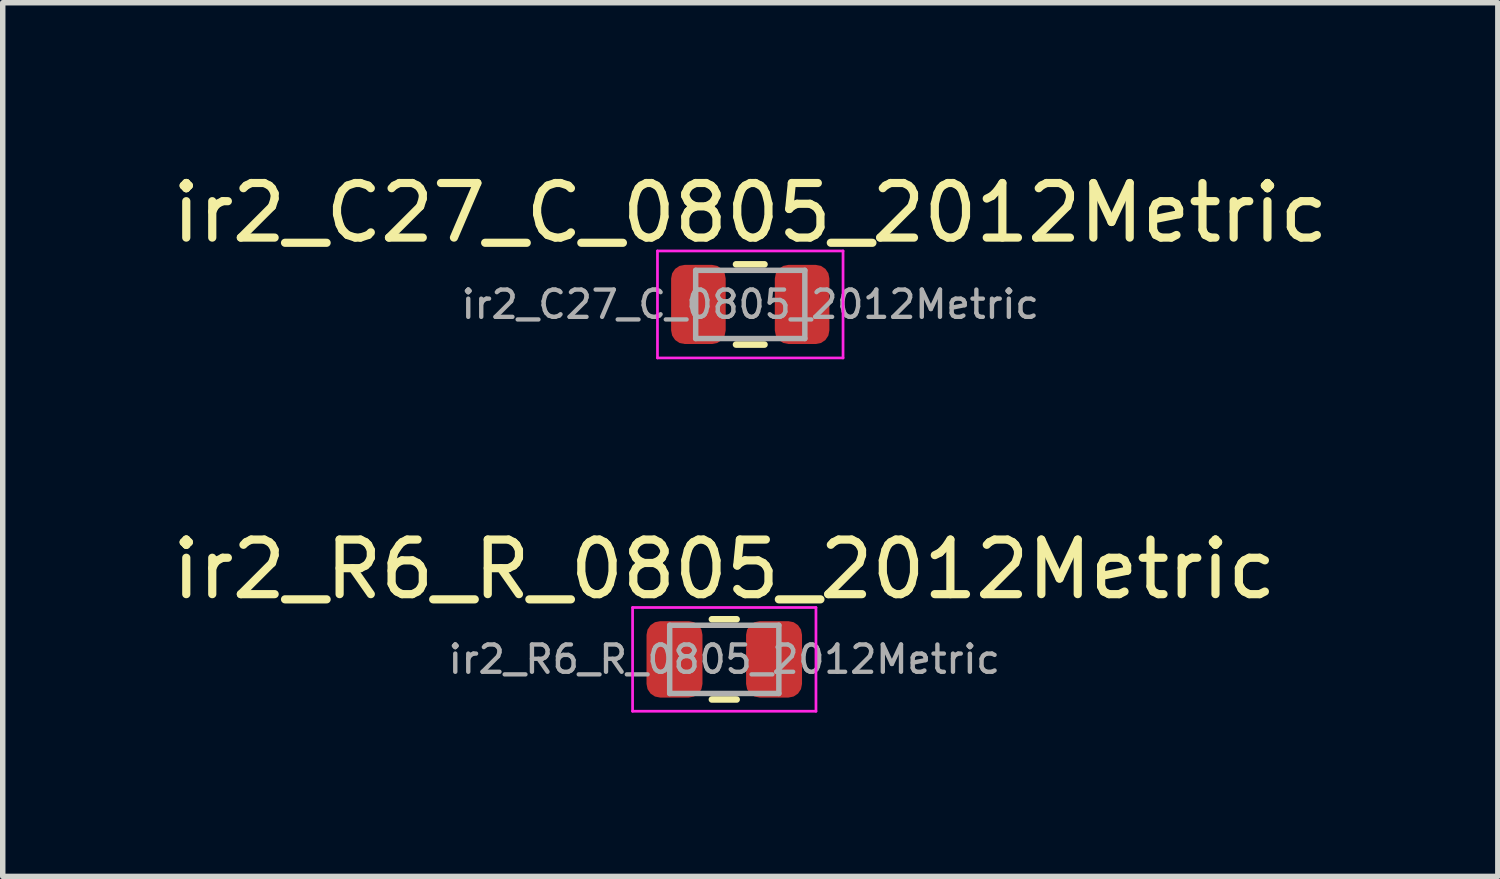
<source format=kicad_pcb>
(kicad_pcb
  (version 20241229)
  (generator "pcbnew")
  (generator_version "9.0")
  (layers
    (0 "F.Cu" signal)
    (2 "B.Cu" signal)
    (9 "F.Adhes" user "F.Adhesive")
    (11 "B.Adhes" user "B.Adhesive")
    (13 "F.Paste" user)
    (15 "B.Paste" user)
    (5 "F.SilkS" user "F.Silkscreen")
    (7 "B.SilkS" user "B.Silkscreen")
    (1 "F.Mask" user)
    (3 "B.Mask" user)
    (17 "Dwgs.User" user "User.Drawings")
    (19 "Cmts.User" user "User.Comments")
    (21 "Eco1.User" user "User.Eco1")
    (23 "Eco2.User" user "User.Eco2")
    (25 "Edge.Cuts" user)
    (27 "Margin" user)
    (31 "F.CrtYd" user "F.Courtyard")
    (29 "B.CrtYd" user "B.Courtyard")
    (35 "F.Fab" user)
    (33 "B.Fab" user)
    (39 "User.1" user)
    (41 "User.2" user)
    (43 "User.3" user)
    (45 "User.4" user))
  (footprint "ir2_C27_C_0805_2012Metric"
    (layer "F.Cu")
    (at 10.696 2.528)
    (property "Reference" "ir2_C27_C_0805_2012Metric" (at 0 -1.68 0) (layer "F.SilkS") (effects (font (size 1 1) (thickness 0.15))))
    (attr smd)
    (fp_line (start -0.261 -0.735) (end 0.261 -0.735) (stroke (width 0.12) (type solid)) (layer "F.SilkS"))
    (fp_line (start -0.261 0.735) (end 0.261 0.735) (stroke (width 0.12) (type solid)) (layer "F.SilkS"))
    (fp_line (start -1.7 -0.98) (end 1.7 -0.98) (stroke (width 0.05) (type solid)) (layer "F.CrtYd"))
    (fp_line (start -1.7 0.98) (end -1.7 -0.98) (stroke (width 0.05) (type solid)) (layer "F.CrtYd"))
    (fp_line (start 1.7 -0.98) (end 1.7 0.98) (stroke (width 0.05) (type solid)) (layer "F.CrtYd"))
    (fp_line (start 1.7 0.98) (end -1.7 0.98) (stroke (width 0.05) (type solid)) (layer "F.CrtYd"))
    (fp_line (start -1 -0.625) (end 1 -0.625) (stroke (width 0.1) (type solid)) (layer "F.Fab"))
    (fp_line (start -1 0.625) (end -1 -0.625) (stroke (width 0.1) (type solid)) (layer "F.Fab"))
    (fp_line (start 1 -0.625) (end 1 0.625) (stroke (width 0.1) (type solid)) (layer "F.Fab"))
    (fp_line (start 1 0.625) (end -1 0.625) (stroke (width 0.1) (type solid)) (layer "F.Fab"))
    (fp_text user "${REFERENCE}" (at 0 0 0) (layer "F.Fab") (effects (font (size 0.5 0.5) (thickness 0.08))))
    (pad "1" smd roundrect (at -0.95 0) (size 1 1.45) (layers "F.Cu" "F.Mask" "F.Paste") (roundrect_rratio 0.25))
    (pad "2" smd roundrect (at 0.95 0) (size 1 1.45) (layers "F.Cu" "F.Mask" "F.Paste") (roundrect_rratio 0.25)))
  (footprint "ir2_R6_R_0805_2012Metric"
    (layer "F.Cu")
    (at 10.22 9.031)
    (property "Reference" "ir2_R6_R_0805_2012Metric" (at 0 -1.65 0) (layer "F.SilkS") (effects (font (size 1 1) (thickness 0.15))))
    (attr smd)
    (fp_line (start -0.227 -0.735) (end 0.227 -0.735) (stroke (width 0.12) (type solid)) (layer "F.SilkS"))
    (fp_line (start -0.227 0.735) (end 0.227 0.735) (stroke (width 0.12) (type solid)) (layer "F.SilkS"))
    (fp_line (start -1.68 -0.95) (end 1.68 -0.95) (stroke (width 0.05) (type solid)) (layer "F.CrtYd"))
    (fp_line (start -1.68 0.95) (end -1.68 -0.95) (stroke (width 0.05) (type solid)) (layer "F.CrtYd"))
    (fp_line (start 1.68 -0.95) (end 1.68 0.95) (stroke (width 0.05) (type solid)) (layer "F.CrtYd"))
    (fp_line (start 1.68 0.95) (end -1.68 0.95) (stroke (width 0.05) (type solid)) (layer "F.CrtYd"))
    (fp_line (start -1 -0.625) (end 1 -0.625) (stroke (width 0.1) (type solid)) (layer "F.Fab"))
    (fp_line (start -1 0.625) (end -1 -0.625) (stroke (width 0.1) (type solid)) (layer "F.Fab"))
    (fp_line (start 1 -0.625) (end 1 0.625) (stroke (width 0.1) (type solid)) (layer "F.Fab"))
    (fp_line (start 1 0.625) (end -1 0.625) (stroke (width 0.1) (type solid)) (layer "F.Fab"))
    (fp_text user "${REFERENCE}" (at 0 0 0) (layer "F.Fab") (effects (font (size 0.5 0.5) (thickness 0.08))))
    (pad "1" smd roundrect (at -0.912 0) (size 1.025 1.4) (layers "F.Cu" "F.Mask" "F.Paste") (roundrect_rratio 0.244))
    (pad "2" smd roundrect (at 0.912 0) (size 1.025 1.4) (layers "F.Cu" "F.Mask" "F.Paste") (roundrect_rratio 0.244)))
  (gr_rect
    (start -3 -3)
    (end 24.393 13.007)
    (stroke (width 0.1) (type default))
    (fill no)
    (layer "Edge.Cuts")))
</source>
